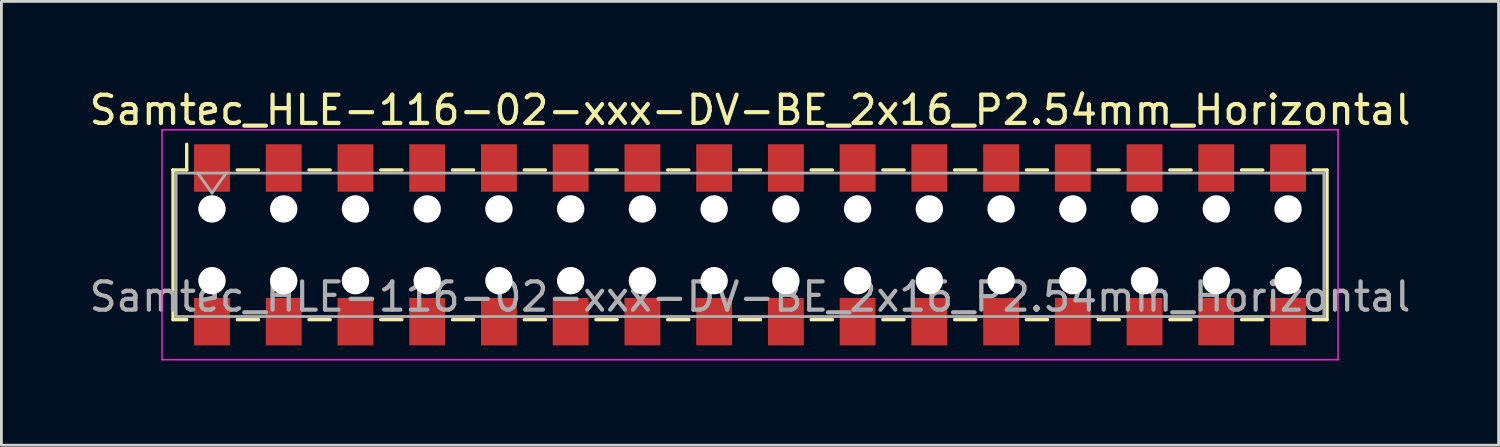
<source format=kicad_pcb>
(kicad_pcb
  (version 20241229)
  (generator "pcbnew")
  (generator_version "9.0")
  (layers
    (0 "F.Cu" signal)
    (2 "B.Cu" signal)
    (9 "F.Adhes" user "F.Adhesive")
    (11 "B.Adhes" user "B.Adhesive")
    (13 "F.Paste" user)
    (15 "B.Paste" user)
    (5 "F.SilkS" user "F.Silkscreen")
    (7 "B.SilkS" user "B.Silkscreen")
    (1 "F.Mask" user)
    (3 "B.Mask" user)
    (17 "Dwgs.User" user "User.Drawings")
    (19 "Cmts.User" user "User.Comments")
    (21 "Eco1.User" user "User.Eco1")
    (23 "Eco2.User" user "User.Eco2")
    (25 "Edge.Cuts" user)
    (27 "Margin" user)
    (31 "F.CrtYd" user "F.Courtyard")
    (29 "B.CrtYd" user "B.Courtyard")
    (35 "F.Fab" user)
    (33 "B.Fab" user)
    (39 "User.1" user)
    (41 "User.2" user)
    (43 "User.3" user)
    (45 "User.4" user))
  (footprint "Samtec_HLE-116-02-xxx-DV-BE_2x16_P2.54mm_Horizontal"
    (layer "F.Cu")
    (at 23.506 5.618)
    (property "Reference" "Samtec_HLE-116-02-xxx-DV-BE_2x16_P2.54mm_Horizontal" (at 0 -4.77 0) (layer "F.SilkS") (effects (font (size 1 1) (thickness 0.15))))
    (attr smd)
    (fp_line (start -20.43 -2.65) (end -20.43 2.65) (stroke (width 0.12) (type solid)) (layer "F.SilkS"))
    (fp_line (start -20.43 2.65) (end -19.945 2.65) (stroke (width 0.12) (type solid)) (layer "F.SilkS"))
    (fp_line (start -19.945 -3.56) (end -19.945 -2.65) (stroke (width 0.12) (type solid)) (layer "F.SilkS"))
    (fp_line (start -19.945 -2.65) (end -20.43 -2.65) (stroke (width 0.12) (type solid)) (layer "F.SilkS"))
    (fp_line (start -18.155 -2.65) (end -17.405 -2.65) (stroke (width 0.12) (type solid)) (layer "F.SilkS"))
    (fp_line (start -18.155 2.65) (end -17.405 2.65) (stroke (width 0.12) (type solid)) (layer "F.SilkS"))
    (fp_line (start -15.615 -2.65) (end -14.865 -2.65) (stroke (width 0.12) (type solid)) (layer "F.SilkS"))
    (fp_line (start -15.615 2.65) (end -14.865 2.65) (stroke (width 0.12) (type solid)) (layer "F.SilkS"))
    (fp_line (start -13.075 -2.65) (end -12.325 -2.65) (stroke (width 0.12) (type solid)) (layer "F.SilkS"))
    (fp_line (start -13.075 2.65) (end -12.325 2.65) (stroke (width 0.12) (type solid)) (layer "F.SilkS"))
    (fp_line (start -10.535 -2.65) (end -9.785 -2.65) (stroke (width 0.12) (type solid)) (layer "F.SilkS"))
    (fp_line (start -10.535 2.65) (end -9.785 2.65) (stroke (width 0.12) (type solid)) (layer "F.SilkS"))
    (fp_line (start -7.995 -2.65) (end -7.245 -2.65) (stroke (width 0.12) (type solid)) (layer "F.SilkS"))
    (fp_line (start -7.995 2.65) (end -7.245 2.65) (stroke (width 0.12) (type solid)) (layer "F.SilkS"))
    (fp_line (start -5.455 -2.65) (end -4.705 -2.65) (stroke (width 0.12) (type solid)) (layer "F.SilkS"))
    (fp_line (start -5.455 2.65) (end -4.705 2.65) (stroke (width 0.12) (type solid)) (layer "F.SilkS"))
    (fp_line (start -2.915 -2.65) (end -2.165 -2.65) (stroke (width 0.12) (type solid)) (layer "F.SilkS"))
    (fp_line (start -2.915 2.65) (end -2.165 2.65) (stroke (width 0.12) (type solid)) (layer "F.SilkS"))
    (fp_line (start -0.375 -2.65) (end 0.375 -2.65) (stroke (width 0.12) (type solid)) (layer "F.SilkS"))
    (fp_line (start -0.375 2.65) (end 0.375 2.65) (stroke (width 0.12) (type solid)) (layer "F.SilkS"))
    (fp_line (start 2.165 -2.65) (end 2.915 -2.65) (stroke (width 0.12) (type solid)) (layer "F.SilkS"))
    (fp_line (start 2.165 2.65) (end 2.915 2.65) (stroke (width 0.12) (type solid)) (layer "F.SilkS"))
    (fp_line (start 4.705 -2.65) (end 5.455 -2.65) (stroke (width 0.12) (type solid)) (layer "F.SilkS"))
    (fp_line (start 4.705 2.65) (end 5.455 2.65) (stroke (width 0.12) (type solid)) (layer "F.SilkS"))
    (fp_line (start 7.245 -2.65) (end 7.995 -2.65) (stroke (width 0.12) (type solid)) (layer "F.SilkS"))
    (fp_line (start 7.245 2.65) (end 7.995 2.65) (stroke (width 0.12) (type solid)) (layer "F.SilkS"))
    (fp_line (start 9.785 -2.65) (end 10.535 -2.65) (stroke (width 0.12) (type solid)) (layer "F.SilkS"))
    (fp_line (start 9.785 2.65) (end 10.535 2.65) (stroke (width 0.12) (type solid)) (layer "F.SilkS"))
    (fp_line (start 12.325 -2.65) (end 13.075 -2.65) (stroke (width 0.12) (type solid)) (layer "F.SilkS"))
    (fp_line (start 12.325 2.65) (end 13.075 2.65) (stroke (width 0.12) (type solid)) (layer "F.SilkS"))
    (fp_line (start 14.865 -2.65) (end 15.615 -2.65) (stroke (width 0.12) (type solid)) (layer "F.SilkS"))
    (fp_line (start 14.865 2.65) (end 15.615 2.65) (stroke (width 0.12) (type solid)) (layer "F.SilkS"))
    (fp_line (start 17.405 -2.65) (end 18.155 -2.65) (stroke (width 0.12) (type solid)) (layer "F.SilkS"))
    (fp_line (start 17.405 2.65) (end 18.155 2.65) (stroke (width 0.12) (type solid)) (layer "F.SilkS"))
    (fp_line (start 19.945 -2.65) (end 20.43 -2.65) (stroke (width 0.12) (type solid)) (layer "F.SilkS"))
    (fp_line (start 20.43 -2.65) (end 20.43 2.65) (stroke (width 0.12) (type solid)) (layer "F.SilkS"))
    (fp_line (start 20.43 2.65) (end 19.945 2.65) (stroke (width 0.12) (type solid)) (layer "F.SilkS"))
    (fp_line (start -20.82 -4.07) (end 20.82 -4.07) (stroke (width 0.05) (type solid)) (layer "F.CrtYd"))
    (fp_line (start -20.82 4.07) (end -20.82 -4.07) (stroke (width 0.05) (type solid)) (layer "F.CrtYd"))
    (fp_line (start 20.82 -4.07) (end 20.82 4.07) (stroke (width 0.05) (type solid)) (layer "F.CrtYd"))
    (fp_line (start 20.82 4.07) (end -20.82 4.07) (stroke (width 0.05) (type solid)) (layer "F.CrtYd"))
    (fp_line (start -20.32 -2.54) (end 20.32 -2.54) (stroke (width 0.1) (type solid)) (layer "F.Fab"))
    (fp_line (start -20.32 2.54) (end -20.32 -2.54) (stroke (width 0.1) (type solid)) (layer "F.Fab"))
    (fp_line (start -19.55 -2.54) (end -19.05 -1.833) (stroke (width 0.1) (type solid)) (layer "F.Fab"))
    (fp_line (start -19.05 -1.833) (end -18.55 -2.54) (stroke (width 0.1) (type solid)) (layer "F.Fab"))
    (fp_line (start 20.32 -2.54) (end 20.32 2.54) (stroke (width 0.1) (type solid)) (layer "F.Fab"))
    (fp_line (start 20.32 2.54) (end -20.32 2.54) (stroke (width 0.1) (type solid)) (layer "F.Fab"))
    (fp_text user "${REFERENCE}" (at 0 1.84 0) (layer "F.Fab") (effects (font (size 1 1) (thickness 0.15))))
    (pad "" np_thru_hole circle (at -19.05 -1.27) (size 0.97 0.97) (drill 0.97) (layers "*.Cu" "*.Mask"))
    (pad "" np_thru_hole circle (at -19.05 1.27) (size 0.97 0.97) (drill 0.97) (layers "*.Cu" "*.Mask"))
    (pad "" np_thru_hole circle (at -16.51 -1.27) (size 0.97 0.97) (drill 0.97) (layers "*.Cu" "*.Mask"))
    (pad "" np_thru_hole circle (at -16.51 1.27) (size 0.97 0.97) (drill 0.97) (layers "*.Cu" "*.Mask"))
    (pad "" np_thru_hole circle (at -13.97 -1.27) (size 0.97 0.97) (drill 0.97) (layers "*.Cu" "*.Mask"))
    (pad "" np_thru_hole circle (at -13.97 1.27) (size 0.97 0.97) (drill 0.97) (layers "*.Cu" "*.Mask"))
    (pad "" np_thru_hole circle (at -11.43 -1.27) (size 0.97 0.97) (drill 0.97) (layers "*.Cu" "*.Mask"))
    (pad "" np_thru_hole circle (at -11.43 1.27) (size 0.97 0.97) (drill 0.97) (layers "*.Cu" "*.Mask"))
    (pad "" np_thru_hole circle (at -8.89 -1.27) (size 0.97 0.97) (drill 0.97) (layers "*.Cu" "*.Mask"))
    (pad "" np_thru_hole circle (at -8.89 1.27) (size 0.97 0.97) (drill 0.97) (layers "*.Cu" "*.Mask"))
    (pad "" np_thru_hole circle (at -6.35 -1.27) (size 0.97 0.97) (drill 0.97) (layers "*.Cu" "*.Mask"))
    (pad "" np_thru_hole circle (at -6.35 1.27) (size 0.97 0.97) (drill 0.97) (layers "*.Cu" "*.Mask"))
    (pad "" np_thru_hole circle (at -3.81 -1.27) (size 0.97 0.97) (drill 0.97) (layers "*.Cu" "*.Mask"))
    (pad "" np_thru_hole circle (at -3.81 1.27) (size 0.97 0.97) (drill 0.97) (layers "*.Cu" "*.Mask"))
    (pad "" np_thru_hole circle (at -1.27 -1.27) (size 0.97 0.97) (drill 0.97) (layers "*.Cu" "*.Mask"))
    (pad "" np_thru_hole circle (at -1.27 1.27) (size 0.97 0.97) (drill 0.97) (layers "*.Cu" "*.Mask"))
    (pad "" np_thru_hole circle (at 1.27 -1.27) (size 0.97 0.97) (drill 0.97) (layers "*.Cu" "*.Mask"))
    (pad "" np_thru_hole circle (at 1.27 1.27) (size 0.97 0.97) (drill 0.97) (layers "*.Cu" "*.Mask"))
    (pad "" np_thru_hole circle (at 3.81 -1.27) (size 0.97 0.97) (drill 0.97) (layers "*.Cu" "*.Mask"))
    (pad "" np_thru_hole circle (at 3.81 1.27) (size 0.97 0.97) (drill 0.97) (layers "*.Cu" "*.Mask"))
    (pad "" np_thru_hole circle (at 6.35 -1.27) (size 0.97 0.97) (drill 0.97) (layers "*.Cu" "*.Mask"))
    (pad "" np_thru_hole circle (at 6.35 1.27) (size 0.97 0.97) (drill 0.97) (layers "*.Cu" "*.Mask"))
    (pad "" np_thru_hole circle (at 8.89 -1.27) (size 0.97 0.97) (drill 0.97) (layers "*.Cu" "*.Mask"))
    (pad "" np_thru_hole circle (at 8.89 1.27) (size 0.97 0.97) (drill 0.97) (layers "*.Cu" "*.Mask"))
    (pad "" np_thru_hole circle (at 11.43 -1.27) (size 0.97 0.97) (drill 0.97) (layers "*.Cu" "*.Mask"))
    (pad "" np_thru_hole circle (at 11.43 1.27) (size 0.97 0.97) (drill 0.97) (layers "*.Cu" "*.Mask"))
    (pad "" np_thru_hole circle (at 13.97 -1.27) (size 0.97 0.97) (drill 0.97) (layers "*.Cu" "*.Mask"))
    (pad "" np_thru_hole circle (at 13.97 1.27) (size 0.97 0.97) (drill 0.97) (layers "*.Cu" "*.Mask"))
    (pad "" np_thru_hole circle (at 16.51 -1.27) (size 0.97 0.97) (drill 0.97) (layers "*.Cu" "*.Mask"))
    (pad "" np_thru_hole circle (at 16.51 1.27) (size 0.97 0.97) (drill 0.97) (layers "*.Cu" "*.Mask"))
    (pad "" np_thru_hole circle (at 19.05 -1.27) (size 0.97 0.97) (drill 0.97) (layers "*.Cu" "*.Mask"))
    (pad "" np_thru_hole circle (at 19.05 1.27) (size 0.97 0.97) (drill 0.97) (layers "*.Cu" "*.Mask"))
    (pad "1" smd rect (at -19.05 -2.72) (size 1.27 1.68) (layers "F.Cu" "F.Mask" "F.Paste"))
    (pad "2" smd rect (at -19.05 2.72) (size 1.27 1.68) (layers "F.Cu" "F.Mask" "F.Paste"))
    (pad "3" smd rect (at -16.51 -2.72) (size 1.27 1.68) (layers "F.Cu" "F.Mask" "F.Paste"))
    (pad "4" smd rect (at -16.51 2.72) (size 1.27 1.68) (layers "F.Cu" "F.Mask" "F.Paste"))
    (pad "5" smd rect (at -13.97 -2.72) (size 1.27 1.68) (layers "F.Cu" "F.Mask" "F.Paste"))
    (pad "6" smd rect (at -13.97 2.72) (size 1.27 1.68) (layers "F.Cu" "F.Mask" "F.Paste"))
    (pad "7" smd rect (at -11.43 -2.72) (size 1.27 1.68) (layers "F.Cu" "F.Mask" "F.Paste"))
    (pad "8" smd rect (at -11.43 2.72) (size 1.27 1.68) (layers "F.Cu" "F.Mask" "F.Paste"))
    (pad "9" smd rect (at -8.89 -2.72) (size 1.27 1.68) (layers "F.Cu" "F.Mask" "F.Paste"))
    (pad "10" smd rect (at -8.89 2.72) (size 1.27 1.68) (layers "F.Cu" "F.Mask" "F.Paste"))
    (pad "11" smd rect (at -6.35 -2.72) (size 1.27 1.68) (layers "F.Cu" "F.Mask" "F.Paste"))
    (pad "12" smd rect (at -6.35 2.72) (size 1.27 1.68) (layers "F.Cu" "F.Mask" "F.Paste"))
    (pad "13" smd rect (at -3.81 -2.72) (size 1.27 1.68) (layers "F.Cu" "F.Mask" "F.Paste"))
    (pad "14" smd rect (at -3.81 2.72) (size 1.27 1.68) (layers "F.Cu" "F.Mask" "F.Paste"))
    (pad "15" smd rect (at -1.27 -2.72) (size 1.27 1.68) (layers "F.Cu" "F.Mask" "F.Paste"))
    (pad "16" smd rect (at -1.27 2.72) (size 1.27 1.68) (layers "F.Cu" "F.Mask" "F.Paste"))
    (pad "17" smd rect (at 1.27 -2.72) (size 1.27 1.68) (layers "F.Cu" "F.Mask" "F.Paste"))
    (pad "18" smd rect (at 1.27 2.72) (size 1.27 1.68) (layers "F.Cu" "F.Mask" "F.Paste"))
    (pad "19" smd rect (at 3.81 -2.72) (size 1.27 1.68) (layers "F.Cu" "F.Mask" "F.Paste"))
    (pad "20" smd rect (at 3.81 2.72) (size 1.27 1.68) (layers "F.Cu" "F.Mask" "F.Paste"))
    (pad "21" smd rect (at 6.35 -2.72) (size 1.27 1.68) (layers "F.Cu" "F.Mask" "F.Paste"))
    (pad "22" smd rect (at 6.35 2.72) (size 1.27 1.68) (layers "F.Cu" "F.Mask" "F.Paste"))
    (pad "23" smd rect (at 8.89 -2.72) (size 1.27 1.68) (layers "F.Cu" "F.Mask" "F.Paste"))
    (pad "24" smd rect (at 8.89 2.72) (size 1.27 1.68) (layers "F.Cu" "F.Mask" "F.Paste"))
    (pad "25" smd rect (at 11.43 -2.72) (size 1.27 1.68) (layers "F.Cu" "F.Mask" "F.Paste"))
    (pad "26" smd rect (at 11.43 2.72) (size 1.27 1.68) (layers "F.Cu" "F.Mask" "F.Paste"))
    (pad "27" smd rect (at 13.97 -2.72) (size 1.27 1.68) (layers "F.Cu" "F.Mask" "F.Paste"))
    (pad "28" smd rect (at 13.97 2.72) (size 1.27 1.68) (layers "F.Cu" "F.Mask" "F.Paste"))
    (pad "29" smd rect (at 16.51 -2.72) (size 1.27 1.68) (layers "F.Cu" "F.Mask" "F.Paste"))
    (pad "30" smd rect (at 16.51 2.72) (size 1.27 1.68) (layers "F.Cu" "F.Mask" "F.Paste"))
    (pad "31" smd rect (at 19.05 -2.72) (size 1.27 1.68) (layers "F.Cu" "F.Mask" "F.Paste"))
    (pad "32" smd rect (at 19.05 2.72) (size 1.27 1.68) (layers "F.Cu" "F.Mask" "F.Paste")))
  (gr_rect
    (start -3 -3)
    (end 50.012 12.713)
    (stroke (width 0.1) (type default))
    (fill no)
    (layer "Edge.Cuts")))
</source>
